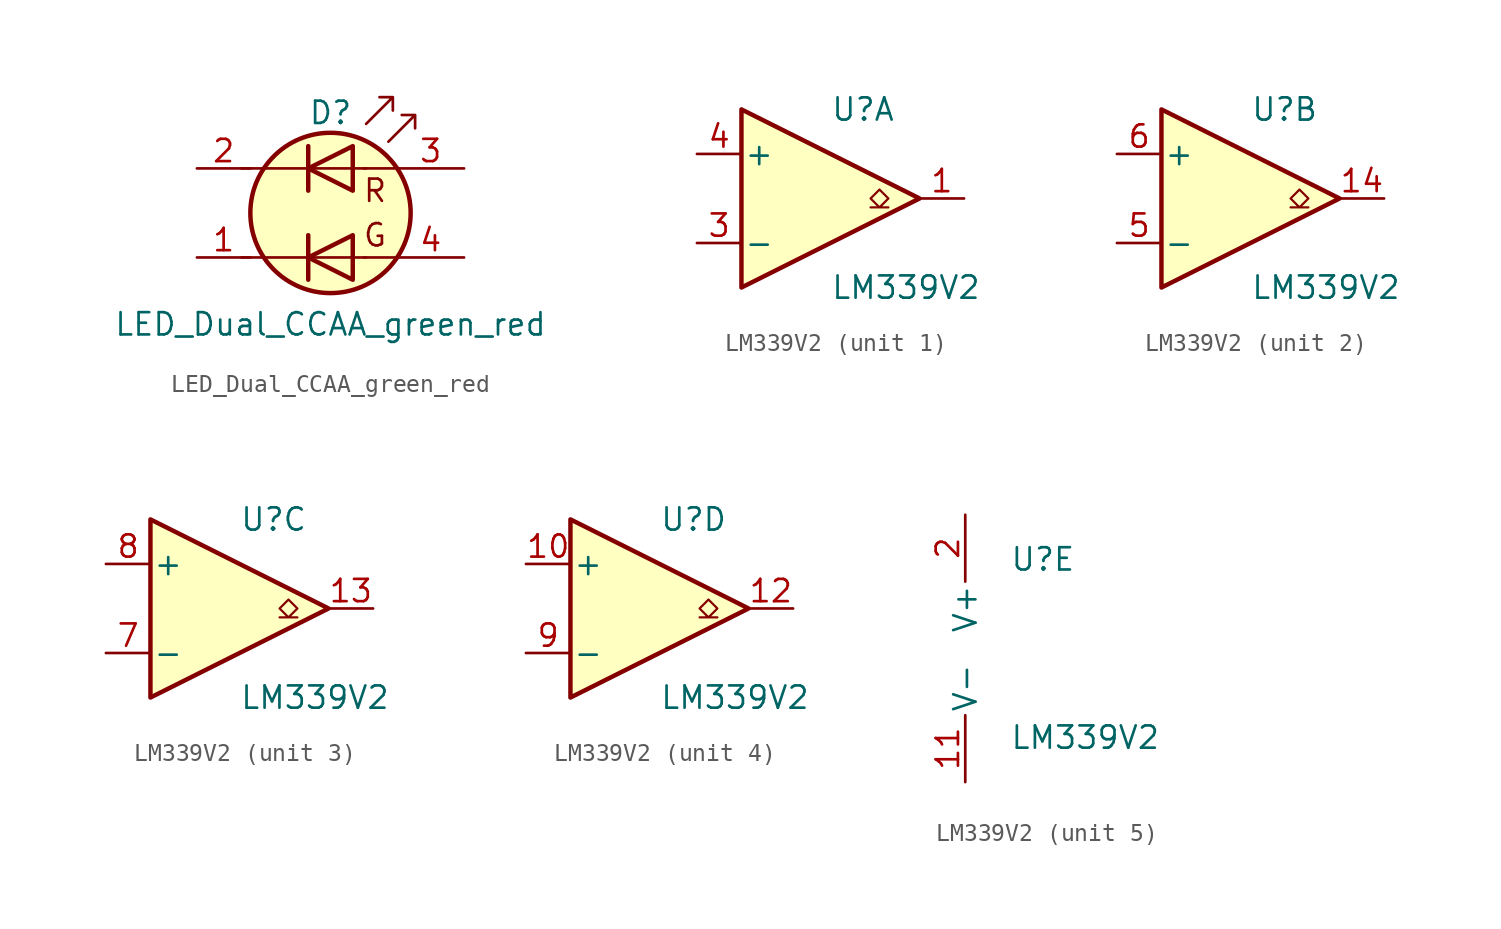
<source format=kicad_sym>
(kicad_symbol_lib
  (version 20220914)
  (generator kicad_symbol_editor)
  (symbol "LED_Dual_CCAA_green_red"
    (pin_names
      (offset 0) hide)
    (property "Reference" "D"
      (at 0 5.715 0)
      (effects (font (size 1.27 1.27))))
    (property "Value" "LED_Dual_CCAA_green_red"
      (at 0 -6.35 0)
      (effects (font (size 1.27 1.27))))
    (symbol "LED_Dual_CCAA_green_red_0_0"
      (text "G" (at 2.54 -1.27 0) (effects (font (size 1.27 1.27))))
      (text "R" (at 2.54 1.27 0) (effects (font (size 1.27 1.27)))))
    (symbol "LED_Dual_CCAA_green_red_0_1"
      (polyline (pts (xy -5.08 -2.54) (xy 2.032 -2.54)) (stroke (width 0) (type default)) (fill (type none)))
      (polyline (pts (xy -5.08 2.54) (xy 2.032 2.54)) (stroke (width 0) (type default)) (fill (type none)))
      (polyline (pts (xy -1.27 -1.27) (xy -1.27 -3.81)) (stroke (width 0.254) (type default)) (fill (type none)))
      (polyline (pts (xy -1.27 3.81) (xy -1.27 1.27)) (stroke (width 0.254) (type default)) (fill (type none)))
      (polyline (pts (xy 3.81 -2.54) (xy 1.905 -2.54)) (stroke (width 0) (type default)) (fill (type none)))
      (polyline (pts (xy 3.81 2.54) (xy 1.905 2.54)) (stroke (width 0) (type default)) (fill (type none)))
      (polyline (pts (xy 1.27 -1.27) (xy 1.27 -3.81) (xy -1.27 -2.54) (xy 1.27 -1.27)) (stroke (width 0.254) (type default)) (fill (type none)))
      (polyline (pts (xy 1.27 3.81) (xy 1.27 1.27) (xy -1.27 2.54) (xy 1.27 3.81)) (stroke (width 0.254) (type default)) (fill (type none)))
      (polyline (pts (xy 2.032 5.08) (xy 3.556 6.604) (xy 2.794 6.604) (xy 3.556 6.604) (xy 3.556 5.842)) (stroke (width 0) (type default)) (fill (type none)))
      (polyline (pts (xy 3.302 4.064) (xy 4.826 5.588) (xy 4.064 5.588) (xy 4.826 5.588) (xy 4.826 4.826)) (stroke (width 0) (type default)) (fill (type none)))
      (circle (center 0 0) (radius 4.572) (stroke (width 0.254) (type default)) (fill (type background))))
    (symbol "LED_Dual_CCAA_green_red_1_1"
      (pin passive line (at -7.62 -2.54 0) (length 3.048) (name "A2" (effects (font (size 1.27 1.27)))) (number "1" (effects (font (size 1.27 1.27)))))
      (pin passive line (at -7.62 2.54 0) (length 3.048) (name "A1" (effects (font (size 1.27 1.27)))) (number "2" (effects (font (size 1.27 1.27)))))
      (pin passive line (at 7.62 2.54 180) (length 3.81) (name "K1" (effects (font (size 1.27 1.27)))) (number "3" (effects (font (size 1.27 1.27)))))
      (pin passive line (at 7.62 -2.54 180) (length 3.81) (name "K2" (effects (font (size 1.27 1.27)))) (number "4" (effects (font (size 1.27 1.27)))))))
  (symbol "LM339V2"
    (pin_names
      (offset 0.127))
    (property "Reference" "U"
      (at 0 5.08 0)
      (effects (font (size 1.27 1.27)) (justify left)))
    (property "Value" "LM339V2"
      (at 0 -5.08 0)
      (effects (font (size 1.27 1.27)) (justify left)))
    (property "ki_locked" ""
      (at 0 0 0)
      (effects (font (size 1.27 1.27))))
    (symbol "LM339V2_1_1"
      (polyline (pts (xy -5.08 5.08) (xy 5.08 0) (xy -5.08 -5.08) (xy -5.08 5.08)) (stroke (width 0.254) (type default)) (fill (type background)))
      (polyline (pts (xy 3.302 -0.508) (xy 2.794 -0.508) (xy 3.302 0) (xy 2.794 0.508) (xy 2.286 0) (xy 2.794 -0.508) (xy 2.286 -0.508)) (stroke (width 0.127) (type default)) (fill (type none)))
      (pin open_collector line (at 7.62 0 180) (length 2.54) (name "~" (effects (font (size 1.27 1.27)))) (number "1" (effects (font (size 1.27 1.27)))))
      (pin input line (at -7.62 -2.54 0) (length 2.54) (name "-" (effects (font (size 1.27 1.27)))) (number "3" (effects (font (size 1.27 1.27)))))
      (pin input line (at -7.62 2.54 0) (length 2.54) (name "+" (effects (font (size 1.27 1.27)))) (number "4" (effects (font (size 1.27 1.27))))))
    (symbol "LM339V2_2_1"
      (polyline (pts (xy -5.08 5.08) (xy 5.08 0) (xy -5.08 -5.08) (xy -5.08 5.08)) (stroke (width 0.254) (type default)) (fill (type background)))
      (polyline (pts (xy 3.302 -0.508) (xy 2.794 -0.508) (xy 3.302 0) (xy 2.794 0.508) (xy 2.286 0) (xy 2.794 -0.508) (xy 2.286 -0.508)) (stroke (width 0.127) (type default)) (fill (type none)))
      (pin open_collector line (at 7.62 0 180) (length 2.54) (name "~" (effects (font (size 1.27 1.27)))) (number "14" (effects (font (size 1.27 1.27)))))
      (pin input line (at -7.62 -2.54 0) (length 2.54) (name "-" (effects (font (size 1.27 1.27)))) (number "5" (effects (font (size 1.27 1.27)))))
      (pin input line (at -7.62 2.54 0) (length 2.54) (name "+" (effects (font (size 1.27 1.27)))) (number "6" (effects (font (size 1.27 1.27))))))
    (symbol "LM339V2_3_1"
      (polyline (pts (xy -5.08 5.08) (xy 5.08 0) (xy -5.08 -5.08) (xy -5.08 5.08)) (stroke (width 0.254) (type default)) (fill (type background)))
      (polyline (pts (xy 3.302 -0.508) (xy 2.794 -0.508) (xy 3.302 0) (xy 2.794 0.508) (xy 2.286 0) (xy 2.794 -0.508) (xy 2.286 -0.508)) (stroke (width 0.127) (type default)) (fill (type none)))
      (pin open_collector line (at 7.62 0 180) (length 2.54) (name "~" (effects (font (size 1.27 1.27)))) (number "13" (effects (font (size 1.27 1.27)))))
      (pin input line (at -7.62 -2.54 0) (length 2.54) (name "-" (effects (font (size 1.27 1.27)))) (number "7" (effects (font (size 1.27 1.27)))))
      (pin input line (at -7.62 2.54 0) (length 2.54) (name "+" (effects (font (size 1.27 1.27)))) (number "8" (effects (font (size 1.27 1.27))))))
    (symbol "LM339V2_4_1"
      (polyline (pts (xy -5.08 5.08) (xy 5.08 0) (xy -5.08 -5.08) (xy -5.08 5.08)) (stroke (width 0.254) (type default)) (fill (type background)))
      (polyline (pts (xy 3.302 -0.508) (xy 2.794 -0.508) (xy 3.302 0) (xy 2.794 0.508) (xy 2.286 0) (xy 2.794 -0.508) (xy 2.286 -0.508)) (stroke (width 0.127) (type default)) (fill (type none)))
      (pin input line (at -7.62 2.54 0) (length 2.54) (name "+" (effects (font (size 1.27 1.27)))) (number "10" (effects (font (size 1.27 1.27)))))
      (pin open_collector line (at 7.62 0 180) (length 2.54) (name "~" (effects (font (size 1.27 1.27)))) (number "12" (effects (font (size 1.27 1.27)))))
      (pin input line (at -7.62 -2.54 0) (length 2.54) (name "-" (effects (font (size 1.27 1.27)))) (number "9" (effects (font (size 1.27 1.27))))))
    (symbol "LM339V2_5_1"
      (pin power_in line (at -2.54 -7.62 90) (length 3.81) (name "V-" (effects (font (size 1.27 1.27)))) (number "11" (effects (font (size 1.27 1.27)))))
      (pin power_in line (at -2.54 7.62 270) (length 3.81) (name "V+" (effects (font (size 1.27 1.27)))) (number "2" (effects (font (size 1.27 1.27))))))))
</source>
